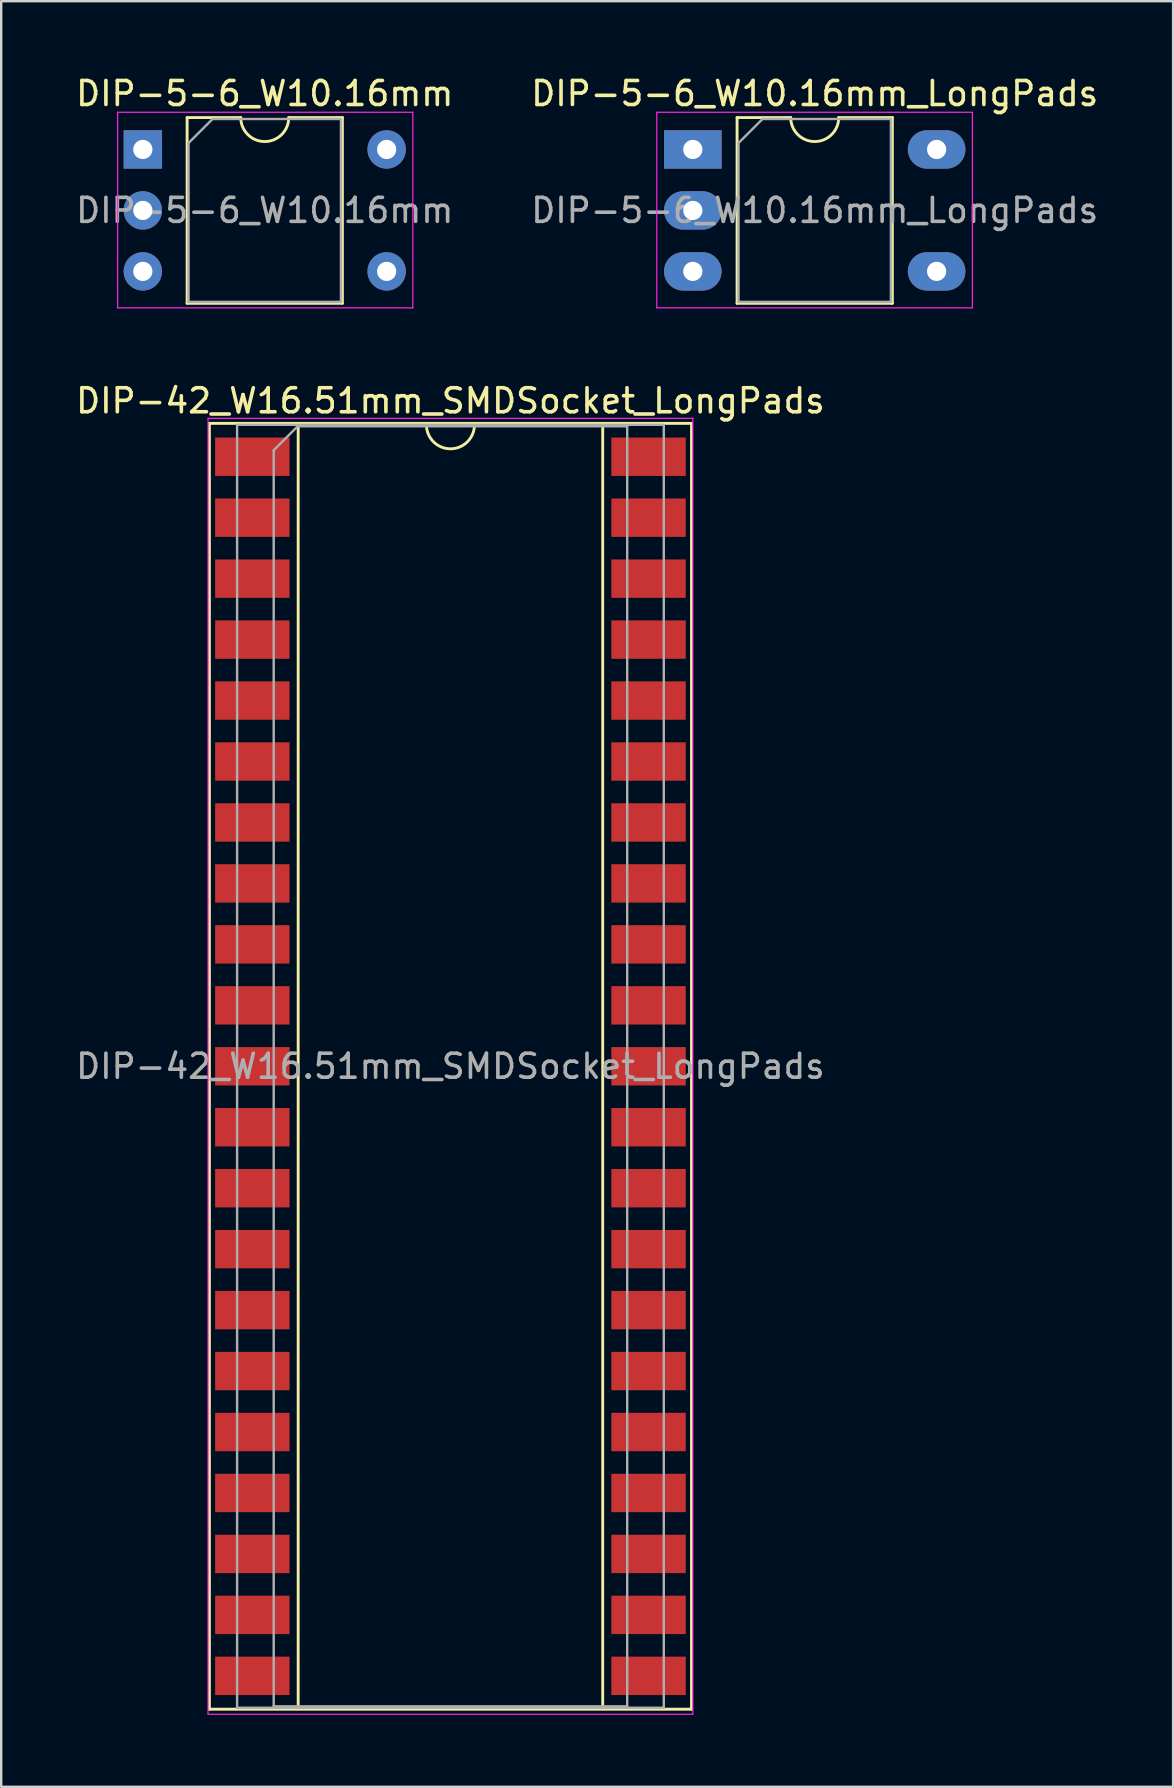
<source format=kicad_pcb>
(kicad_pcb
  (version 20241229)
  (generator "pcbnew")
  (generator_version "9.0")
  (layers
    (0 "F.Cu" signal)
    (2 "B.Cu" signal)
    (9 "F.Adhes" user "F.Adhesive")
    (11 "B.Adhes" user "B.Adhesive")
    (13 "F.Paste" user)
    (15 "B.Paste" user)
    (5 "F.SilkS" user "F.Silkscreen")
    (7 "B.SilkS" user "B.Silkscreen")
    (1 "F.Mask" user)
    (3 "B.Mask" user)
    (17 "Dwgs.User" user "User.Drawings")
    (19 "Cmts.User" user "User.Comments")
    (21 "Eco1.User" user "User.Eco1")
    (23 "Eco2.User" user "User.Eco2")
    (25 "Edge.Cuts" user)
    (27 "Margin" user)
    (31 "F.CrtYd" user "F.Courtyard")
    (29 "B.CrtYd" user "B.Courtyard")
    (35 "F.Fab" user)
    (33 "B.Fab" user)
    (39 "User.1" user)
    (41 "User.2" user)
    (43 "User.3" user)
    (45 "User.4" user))
  (footprint "DIP-5-6_W10.16mm"
    (layer "F.Cu")
    (at 2.902 3.178)
    (property "Reference" "DIP-5-6_W10.16mm" (at 5.08 -2.33 0) (layer "F.SilkS") (effects (font (size 1 1) (thickness 0.15))))
    (attr through_hole)
    (fp_line (start 1.845 -1.33) (end 1.845 6.41) (stroke (width 0.12) (type solid)) (layer "F.SilkS"))
    (fp_line (start 1.845 6.41) (end 8.315 6.41) (stroke (width 0.12) (type solid)) (layer "F.SilkS"))
    (fp_line (start 4.08 -1.33) (end 1.845 -1.33) (stroke (width 0.12) (type solid)) (layer "F.SilkS"))
    (fp_line (start 8.315 -1.33) (end 6.08 -1.33) (stroke (width 0.12) (type solid)) (layer "F.SilkS"))
    (fp_line (start 8.315 6.41) (end 8.315 -1.33) (stroke (width 0.12) (type solid)) (layer "F.SilkS"))
    (fp_arc (start 6.08 -1.33) (mid 5.08 -0.33) (end 4.08 -1.33) (stroke (width 0.12) (type solid)) (layer "F.SilkS"))
    (fp_line (start -1.05 -1.55) (end -1.05 6.6) (stroke (width 0.05) (type solid)) (layer "F.CrtYd"))
    (fp_line (start -1.05 6.6) (end 11.25 6.6) (stroke (width 0.05) (type solid)) (layer "F.CrtYd"))
    (fp_line (start 11.25 -1.55) (end -1.05 -1.55) (stroke (width 0.05) (type solid)) (layer "F.CrtYd"))
    (fp_line (start 11.25 6.6) (end 11.25 -1.55) (stroke (width 0.05) (type solid)) (layer "F.CrtYd"))
    (fp_line (start 1.905 -0.27) (end 2.905 -1.27) (stroke (width 0.1) (type solid)) (layer "F.Fab"))
    (fp_line (start 1.905 6.35) (end 1.905 -0.27) (stroke (width 0.1) (type solid)) (layer "F.Fab"))
    (fp_line (start 2.905 -1.27) (end 8.255 -1.27) (stroke (width 0.1) (type solid)) (layer "F.Fab"))
    (fp_line (start 8.255 -1.27) (end 8.255 6.35) (stroke (width 0.1) (type solid)) (layer "F.Fab"))
    (fp_line (start 8.255 6.35) (end 1.905 6.35) (stroke (width 0.1) (type solid)) (layer "F.Fab"))
    (fp_text user "${REFERENCE}" (at 5.08 2.54 0) (layer "F.Fab") (effects (font (size 1 1) (thickness 0.15))))
    (pad "1" thru_hole rect (at 0 0) (size 1.6 1.6) (drill 0.8) (layers "*.Cu" "*.Mask"))
    (pad "2" thru_hole oval (at 0 2.54) (size 1.6 1.6) (drill 0.8) (layers "*.Cu" "*.Mask"))
    (pad "3" thru_hole oval (at 0 5.08) (size 1.6 1.6) (drill 0.8) (layers "*.Cu" "*.Mask"))
    (pad "4" thru_hole oval (at 10.16 5.08) (size 1.6 1.6) (drill 0.8) (layers "*.Cu" "*.Mask"))
    (pad "6" thru_hole oval (at 10.16 0) (size 1.6 1.6) (drill 0.8) (layers "*.Cu" "*.Mask")))
  (footprint "DIP-5-6_W10.16mm_LongPads"
    (layer "F.Cu")
    (at 25.819 3.178)
    (property "Reference" "DIP-5-6_W10.16mm_LongPads" (at 5.08 -2.33 0) (layer "F.SilkS") (effects (font (size 1 1) (thickness 0.15))))
    (attr through_hole)
    (fp_line (start 1.845 -1.33) (end 1.845 6.41) (stroke (width 0.12) (type solid)) (layer "F.SilkS"))
    (fp_line (start 1.845 6.41) (end 8.315 6.41) (stroke (width 0.12) (type solid)) (layer "F.SilkS"))
    (fp_line (start 4.08 -1.33) (end 1.845 -1.33) (stroke (width 0.12) (type solid)) (layer "F.SilkS"))
    (fp_line (start 8.315 -1.33) (end 6.08 -1.33) (stroke (width 0.12) (type solid)) (layer "F.SilkS"))
    (fp_line (start 8.315 6.41) (end 8.315 -1.33) (stroke (width 0.12) (type solid)) (layer "F.SilkS"))
    (fp_arc (start 6.08 -1.33) (mid 5.08 -0.33) (end 4.08 -1.33) (stroke (width 0.12) (type solid)) (layer "F.SilkS"))
    (fp_line (start -1.5 -1.55) (end -1.5 6.6) (stroke (width 0.05) (type solid)) (layer "F.CrtYd"))
    (fp_line (start -1.5 6.6) (end 11.65 6.6) (stroke (width 0.05) (type solid)) (layer "F.CrtYd"))
    (fp_line (start 11.65 -1.55) (end -1.5 -1.55) (stroke (width 0.05) (type solid)) (layer "F.CrtYd"))
    (fp_line (start 11.65 6.6) (end 11.65 -1.55) (stroke (width 0.05) (type solid)) (layer "F.CrtYd"))
    (fp_line (start 1.905 -0.27) (end 2.905 -1.27) (stroke (width 0.1) (type solid)) (layer "F.Fab"))
    (fp_line (start 1.905 6.35) (end 1.905 -0.27) (stroke (width 0.1) (type solid)) (layer "F.Fab"))
    (fp_line (start 2.905 -1.27) (end 8.255 -1.27) (stroke (width 0.1) (type solid)) (layer "F.Fab"))
    (fp_line (start 8.255 -1.27) (end 8.255 6.35) (stroke (width 0.1) (type solid)) (layer "F.Fab"))
    (fp_line (start 8.255 6.35) (end 1.905 6.35) (stroke (width 0.1) (type solid)) (layer "F.Fab"))
    (fp_text user "${REFERENCE}" (at 5.08 2.54 0) (layer "F.Fab") (effects (font (size 1 1) (thickness 0.15))))
    (pad "1" thru_hole rect (at 0 0) (size 2.4 1.6) (drill 0.8) (layers "*.Cu" "*.Mask"))
    (pad "2" thru_hole oval (at 0 2.54) (size 2.4 1.6) (drill 0.8) (layers "*.Cu" "*.Mask"))
    (pad "3" thru_hole oval (at 0 5.08) (size 2.4 1.6) (drill 0.8) (layers "*.Cu" "*.Mask"))
    (pad "4" thru_hole oval (at 10.16 5.08) (size 2.4 1.6) (drill 0.8) (layers "*.Cu" "*.Mask"))
    (pad "6" thru_hole oval (at 10.16 0) (size 2.4 1.6) (drill 0.8) (layers "*.Cu" "*.Mask")))
  (footprint "DIP-42_W16.51mm_SMDSocket_LongPads"
    (layer "F.Cu")
    (at 15.72 41.382)
    (property "Reference" "DIP-42_W16.51mm_SMDSocket_LongPads" (at 0 -27.73 0) (layer "F.SilkS") (effects (font (size 1 1) (thickness 0.15))))
    (attr smd)
    (fp_line (start -10.045 -26.79) (end -10.045 26.79) (stroke (width 0.12) (type solid)) (layer "F.SilkS"))
    (fp_line (start -10.045 26.79) (end 10.045 26.79) (stroke (width 0.12) (type solid)) (layer "F.SilkS"))
    (fp_line (start -6.345 -26.73) (end -6.345 26.73) (stroke (width 0.12) (type solid)) (layer "F.SilkS"))
    (fp_line (start -6.345 26.73) (end 6.345 26.73) (stroke (width 0.12) (type solid)) (layer "F.SilkS"))
    (fp_line (start -1 -26.73) (end -6.345 -26.73) (stroke (width 0.12) (type solid)) (layer "F.SilkS"))
    (fp_line (start 6.345 -26.73) (end 1 -26.73) (stroke (width 0.12) (type solid)) (layer "F.SilkS"))
    (fp_line (start 6.345 26.73) (end 6.345 -26.73) (stroke (width 0.12) (type solid)) (layer "F.SilkS"))
    (fp_line (start 10.045 -26.79) (end -10.045 -26.79) (stroke (width 0.12) (type solid)) (layer "F.SilkS"))
    (fp_line (start 10.045 26.79) (end 10.045 -26.79) (stroke (width 0.12) (type solid)) (layer "F.SilkS"))
    (fp_arc (start 1 -26.73) (mid 0 -25.73) (end -1 -26.73) (stroke (width 0.12) (type solid)) (layer "F.SilkS"))
    (fp_line (start -10.1 -27) (end -10.1 27) (stroke (width 0.05) (type solid)) (layer "F.CrtYd"))
    (fp_line (start -10.1 27) (end 10.1 27) (stroke (width 0.05) (type solid)) (layer "F.CrtYd"))
    (fp_line (start 10.1 -27) (end -10.1 -27) (stroke (width 0.05) (type solid)) (layer "F.CrtYd"))
    (fp_line (start 10.1 27) (end 10.1 -27) (stroke (width 0.05) (type solid)) (layer "F.CrtYd"))
    (fp_line (start -8.89 -26.73) (end -8.89 26.73) (stroke (width 0.1) (type solid)) (layer "F.Fab"))
    (fp_line (start -8.89 26.73) (end 8.89 26.73) (stroke (width 0.1) (type solid)) (layer "F.Fab"))
    (fp_line (start -7.365 -25.67) (end -6.365 -26.67) (stroke (width 0.1) (type solid)) (layer "F.Fab"))
    (fp_line (start -7.365 26.67) (end -7.365 -25.67) (stroke (width 0.1) (type solid)) (layer "F.Fab"))
    (fp_line (start -6.365 -26.67) (end 7.365 -26.67) (stroke (width 0.1) (type solid)) (layer "F.Fab"))
    (fp_line (start 7.365 -26.67) (end 7.365 26.67) (stroke (width 0.1) (type solid)) (layer "F.Fab"))
    (fp_line (start 7.365 26.67) (end -7.365 26.67) (stroke (width 0.1) (type solid)) (layer "F.Fab"))
    (fp_line (start 8.89 -26.73) (end -8.89 -26.73) (stroke (width 0.1) (type solid)) (layer "F.Fab"))
    (fp_line (start 8.89 26.73) (end 8.89 -26.73) (stroke (width 0.1) (type solid)) (layer "F.Fab"))
    (fp_text user "${REFERENCE}" (at 0 0 0) (layer "F.Fab") (effects (font (size 1 1) (thickness 0.15))))
    (pad "1" smd rect (at -8.255 -25.4) (size 3.1 1.6) (layers "F.Cu" "F.Mask" "F.Paste"))
    (pad "2" smd rect (at -8.255 -22.86) (size 3.1 1.6) (layers "F.Cu" "F.Mask" "F.Paste"))
    (pad "3" smd rect (at -8.255 -20.32) (size 3.1 1.6) (layers "F.Cu" "F.Mask" "F.Paste"))
    (pad "4" smd rect (at -8.255 -17.78) (size 3.1 1.6) (layers "F.Cu" "F.Mask" "F.Paste"))
    (pad "5" smd rect (at -8.255 -15.24) (size 3.1 1.6) (layers "F.Cu" "F.Mask" "F.Paste"))
    (pad "6" smd rect (at -8.255 -12.7) (size 3.1 1.6) (layers "F.Cu" "F.Mask" "F.Paste"))
    (pad "7" smd rect (at -8.255 -10.16) (size 3.1 1.6) (layers "F.Cu" "F.Mask" "F.Paste"))
    (pad "8" smd rect (at -8.255 -7.62) (size 3.1 1.6) (layers "F.Cu" "F.Mask" "F.Paste"))
    (pad "9" smd rect (at -8.255 -5.08) (size 3.1 1.6) (layers "F.Cu" "F.Mask" "F.Paste"))
    (pad "10" smd rect (at -8.255 -2.54) (size 3.1 1.6) (layers "F.Cu" "F.Mask" "F.Paste"))
    (pad "11" smd rect (at -8.255 0) (size 3.1 1.6) (layers "F.Cu" "F.Mask" "F.Paste"))
    (pad "12" smd rect (at -8.255 2.54) (size 3.1 1.6) (layers "F.Cu" "F.Mask" "F.Paste"))
    (pad "13" smd rect (at -8.255 5.08) (size 3.1 1.6) (layers "F.Cu" "F.Mask" "F.Paste"))
    (pad "14" smd rect (at -8.255 7.62) (size 3.1 1.6) (layers "F.Cu" "F.Mask" "F.Paste"))
    (pad "15" smd rect (at -8.255 10.16) (size 3.1 1.6) (layers "F.Cu" "F.Mask" "F.Paste"))
    (pad "16" smd rect (at -8.255 12.7) (size 3.1 1.6) (layers "F.Cu" "F.Mask" "F.Paste"))
    (pad "17" smd rect (at -8.255 15.24) (size 3.1 1.6) (layers "F.Cu" "F.Mask" "F.Paste"))
    (pad "18" smd rect (at -8.255 17.78) (size 3.1 1.6) (layers "F.Cu" "F.Mask" "F.Paste"))
    (pad "19" smd rect (at -8.255 20.32) (size 3.1 1.6) (layers "F.Cu" "F.Mask" "F.Paste"))
    (pad "20" smd rect (at -8.255 22.86) (size 3.1 1.6) (layers "F.Cu" "F.Mask" "F.Paste"))
    (pad "21" smd rect (at -8.255 25.4) (size 3.1 1.6) (layers "F.Cu" "F.Mask" "F.Paste"))
    (pad "22" smd rect (at 8.255 25.4) (size 3.1 1.6) (layers "F.Cu" "F.Mask" "F.Paste"))
    (pad "23" smd rect (at 8.255 22.86) (size 3.1 1.6) (layers "F.Cu" "F.Mask" "F.Paste"))
    (pad "24" smd rect (at 8.255 20.32) (size 3.1 1.6) (layers "F.Cu" "F.Mask" "F.Paste"))
    (pad "25" smd rect (at 8.255 17.78) (size 3.1 1.6) (layers "F.Cu" "F.Mask" "F.Paste"))
    (pad "26" smd rect (at 8.255 15.24) (size 3.1 1.6) (layers "F.Cu" "F.Mask" "F.Paste"))
    (pad "27" smd rect (at 8.255 12.7) (size 3.1 1.6) (layers "F.Cu" "F.Mask" "F.Paste"))
    (pad "28" smd rect (at 8.255 10.16) (size 3.1 1.6) (layers "F.Cu" "F.Mask" "F.Paste"))
    (pad "29" smd rect (at 8.255 7.62) (size 3.1 1.6) (layers "F.Cu" "F.Mask" "F.Paste"))
    (pad "30" smd rect (at 8.255 5.08) (size 3.1 1.6) (layers "F.Cu" "F.Mask" "F.Paste"))
    (pad "31" smd rect (at 8.255 2.54) (size 3.1 1.6) (layers "F.Cu" "F.Mask" "F.Paste"))
    (pad "32" smd rect (at 8.255 0) (size 3.1 1.6) (layers "F.Cu" "F.Mask" "F.Paste"))
    (pad "33" smd rect (at 8.255 -2.54) (size 3.1 1.6) (layers "F.Cu" "F.Mask" "F.Paste"))
    (pad "34" smd rect (at 8.255 -5.08) (size 3.1 1.6) (layers "F.Cu" "F.Mask" "F.Paste"))
    (pad "35" smd rect (at 8.255 -7.62) (size 3.1 1.6) (layers "F.Cu" "F.Mask" "F.Paste"))
    (pad "36" smd rect (at 8.255 -10.16) (size 3.1 1.6) (layers "F.Cu" "F.Mask" "F.Paste"))
    (pad "37" smd rect (at 8.255 -12.7) (size 3.1 1.6) (layers "F.Cu" "F.Mask" "F.Paste"))
    (pad "38" smd rect (at 8.255 -15.24) (size 3.1 1.6) (layers "F.Cu" "F.Mask" "F.Paste"))
    (pad "39" smd rect (at 8.255 -17.78) (size 3.1 1.6) (layers "F.Cu" "F.Mask" "F.Paste"))
    (pad "40" smd rect (at 8.255 -20.32) (size 3.1 1.6) (layers "F.Cu" "F.Mask" "F.Paste"))
    (pad "41" smd rect (at 8.255 -22.86) (size 3.1 1.6) (layers "F.Cu" "F.Mask" "F.Paste"))
    (pad "42" smd rect (at 8.255 -25.4) (size 3.1 1.6) (layers "F.Cu" "F.Mask" "F.Paste")))
  (gr_rect
    (start -3 -3)
    (end 45.833 71.406)
    (stroke (width 0.1) (type default))
    (fill no)
    (layer "Edge.Cuts")))
</source>
